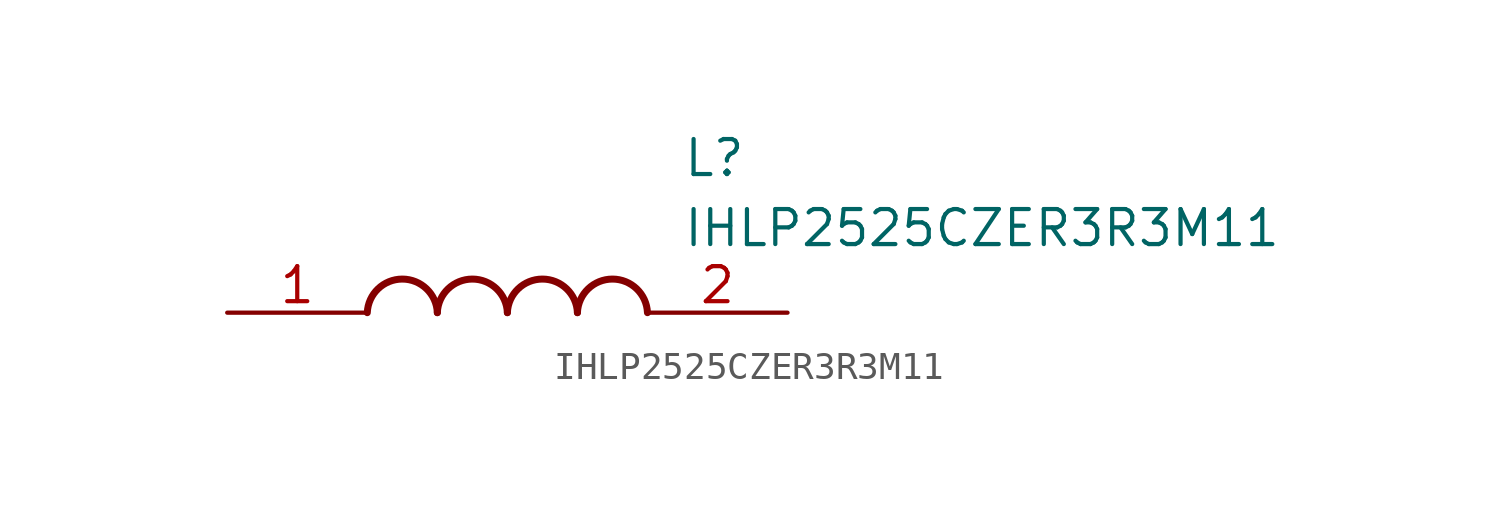
<source format=kicad_sym>
(kicad_symbol_lib
  (version 20211014)
  (generator SamacSys_ECAD_Model)
  (symbol "IHLP2525CZER3R3M11"
    (pin_names hide)
    (property "Reference" "L"
      (at 16.51 6.35 0)
      (effects (font (size 1.27 1.27)) (justify left top)))
    (property "Value" "IHLP2525CZER3R3M11"
      (at 16.51 3.81 0)
      (effects (font (size 1.27 1.27)) (justify left top)))
    (arc
      (start 7.62 0)
      (mid 6.35 1.219)
      (end 5.08 0)
      (stroke (width 0.254) (type default))
      (fill (type none)))
    (arc
      (start 10.16 0)
      (mid 8.89 1.219)
      (end 7.62 0)
      (stroke (width 0.254) (type default))
      (fill (type none)))
    (arc
      (start 12.7 0)
      (mid 11.43 1.219)
      (end 10.16 0)
      (stroke (width 0.254) (type default))
      (fill (type none)))
    (arc
      (start 15.24 0)
      (mid 13.97 1.219)
      (end 12.7 0)
      (stroke (width 0.254) (type default))
      (fill (type none)))
    (pin passive line
      (at 0 0 0)
      (length 5.08)
      (name "1" (effects (font (size 1.27 1.27))))
      (number "1" (effects (font (size 1.27 1.27)))))
    (pin passive line
      (at 20.32 0 180)
      (length 5.08)
      (name "2" (effects (font (size 1.27 1.27))))
      (number "2" (effects (font (size 1.27 1.27)))))))
</source>
